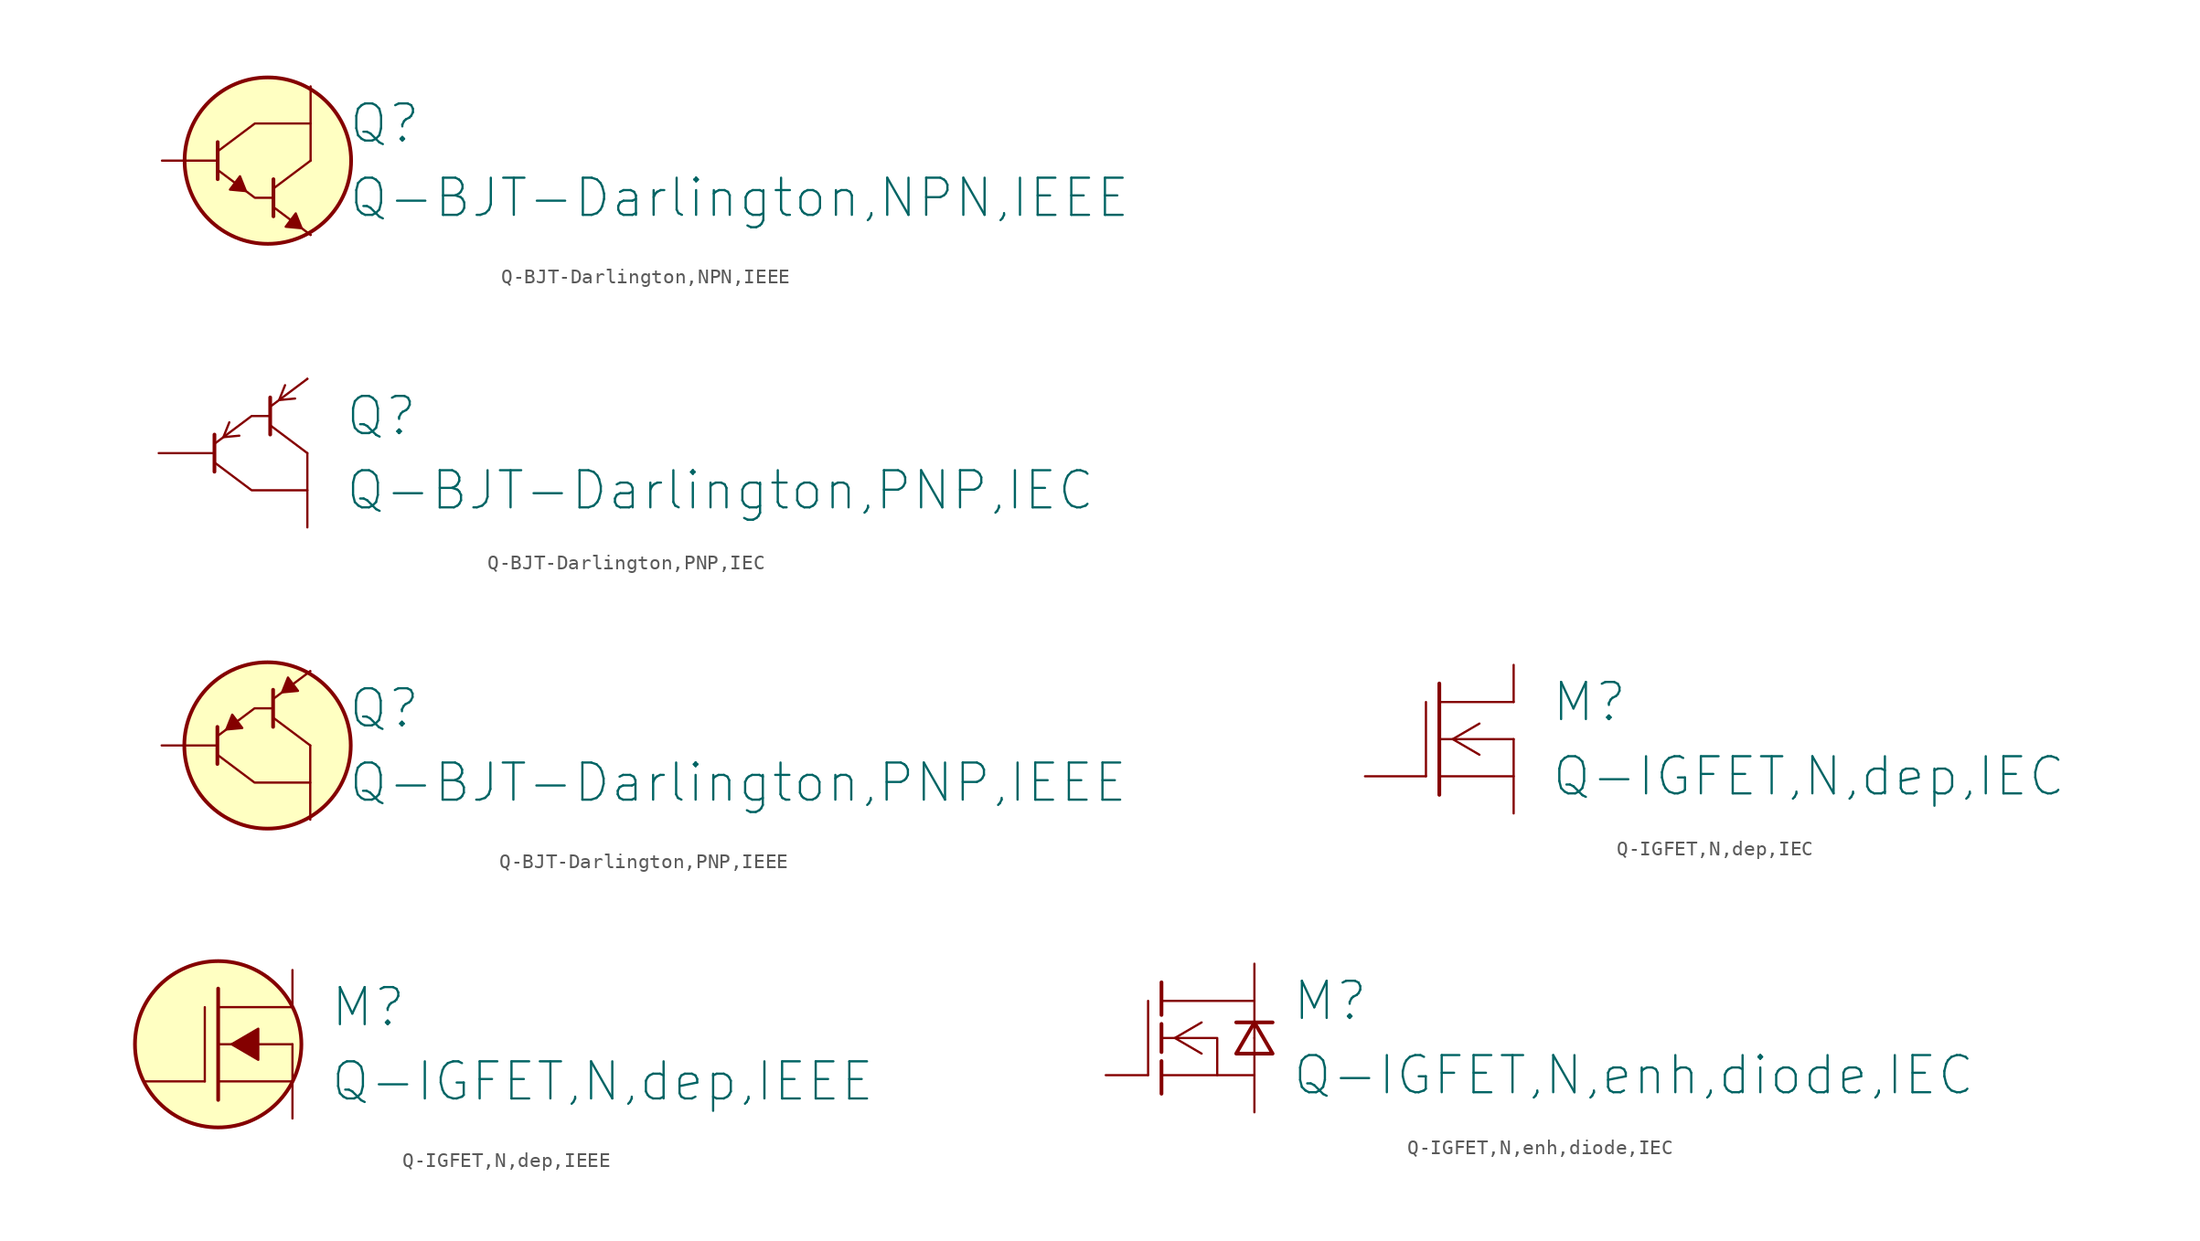
<source format=kicad_sym>
(kicad_symbol_lib
  (version 20211014)
  (generator kicad_symbol_editor)
  (symbol "Q-BJT-Darlington,NPN,IEEE"
    (pin_numbers hide)
    (pin_names
      (offset 0) hide)
    (property "Reference" "Q"
      (at 7.62 2.54 0)
      (effects (font (size 2.54 2.54)) (justify left)))
    (property "Value" "Q-BJT-Darlington,NPN,IEEE"
      (at 7.62 -2.54 0)
      (effects (font (size 2.54 2.54)) (justify left)))
    (symbol "Q-BJT-Darlington,NPN,IEEE_1_1"
      (polyline (pts (xy -1.27 1.27) (xy -1.27 -1.27)) (stroke (width 0.254) (type default) (color 0 0 0 0)) (fill (type none)))
      (polyline (pts (xy 2.54 -1.27) (xy 2.54 -3.81)) (stroke (width 0.254) (type default) (color 0 0 0 0)) (fill (type none)))
      (polyline (pts (xy 5.08 -5.08) (xy 2.54 -3.175)) (stroke (width 0) (type default) (color 0 0 0 0)) (fill (type none)))
      (polyline (pts (xy 5.08 0) (xy 2.54 -1.905)) (stroke (width 0) (type default) (color 0 0 0 0)) (fill (type none)))
      (polyline (pts (xy 2.54 -2.54) (xy 1.27 -2.54) (xy -1.27 -0.635)) (stroke (width 0) (type default) (color 0 0 0 0)) (fill (type none)))
      (polyline (pts (xy 5.08 2.54) (xy 1.27 2.54) (xy -1.27 0.635)) (stroke (width 0) (type default) (color 0 0 0 0)) (fill (type none)))
      (polyline (pts (xy 0.254 -1.067) (xy 0.66 -2.083) (xy -0.432 -1.981) (xy 0.254 -1.067)) (stroke (width 0) (type default) (color 0 0 0 0)) (fill (type outline)))
      (polyline (pts (xy 4.064 -3.607) (xy 4.47 -4.623) (xy 3.378 -4.521) (xy 4.064 -3.607)) (stroke (width 0) (type default) (color 0 0 0 0)) (fill (type outline)))
      (circle (center 2.159 0) (radius 5.69) (stroke (width 0.254) (type default) (color 0 0 0 0)) (fill (type background)))
      (pin passive line (at 5.08 5.08 270) (length 5.08) (name "C" (effects (font (size 1.27 1.27)))) (number "1" (effects (font (size 1.829 1.829)))))
      (pin passive line (at -5.08 0 0) (length 3.81) (name "B" (effects (font (size 1.27 1.27)))) (number "2" (effects (font (size 1.829 1.829)))))
      (pin passive line (at 5.08 -5.08 90) (length 0) (name "E" (effects (font (size 1.27 1.27)))) (number "3" (effects (font (size 1.829 1.829)))))))
  (symbol "Q-BJT-Darlington,PNP,IEC"
    (pin_numbers hide)
    (pin_names
      (offset 0) hide)
    (property "Reference" "Q"
      (at 7.62 2.54 0)
      (effects (font (size 2.54 2.54)) (justify left)))
    (property "Value" "Q-BJT-Darlington,PNP,IEC"
      (at 7.62 -2.54 0)
      (effects (font (size 2.54 2.54)) (justify left)))
    (symbol "Q-BJT-Darlington,PNP,IEC_1_1"
      (polyline (pts (xy -1.27 1.27) (xy -1.27 -1.27)) (stroke (width 0.254) (type default) (color 0 0 0 0)) (fill (type none)))
      (polyline (pts (xy 2.54 3.81) (xy 2.54 1.27)) (stroke (width 0.254) (type default) (color 0 0 0 0)) (fill (type none)))
      (polyline (pts (xy 5.08 0) (xy 2.54 1.905)) (stroke (width 0) (type default) (color 0 0 0 0)) (fill (type none)))
      (polyline (pts (xy 5.08 5.08) (xy 2.54 3.175)) (stroke (width 0) (type default) (color 0 0 0 0)) (fill (type none)))
      (polyline (pts (xy -0.254 2.108) (xy -0.66 1.092) (xy 0.432 1.194)) (stroke (width 0) (type default) (color 0 0 0 0)) (fill (type none)))
      (polyline (pts (xy 2.54 2.54) (xy 1.27 2.54) (xy -1.27 0.635)) (stroke (width 0) (type default) (color 0 0 0 0)) (fill (type none)))
      (polyline (pts (xy 3.556 4.648) (xy 3.15 3.632) (xy 4.242 3.734)) (stroke (width 0) (type default) (color 0 0 0 0)) (fill (type none)))
      (polyline (pts (xy 5.08 -2.54) (xy 1.27 -2.54) (xy -1.27 -0.635)) (stroke (width 0) (type default) (color 0 0 0 0)) (fill (type none)))
      (pin passive line (at 5.08 -5.08 90) (length 5.08) (name "C" (effects (font (size 1.27 1.27)))) (number "1" (effects (font (size 1.829 1.829)))))
      (pin passive line (at -5.08 0 0) (length 3.81) (name "B" (effects (font (size 1.27 1.27)))) (number "2" (effects (font (size 1.829 1.829)))))
      (pin passive line (at 5.08 5.08 270) (length 0) (name "E" (effects (font (size 1.27 1.27)))) (number "3" (effects (font (size 1.829 1.829)))))))
  (symbol "Q-BJT-Darlington,PNP,IEEE"
    (pin_numbers hide)
    (pin_names
      (offset 0) hide)
    (property "Reference" "Q"
      (at 7.62 2.54 0)
      (effects (font (size 2.54 2.54)) (justify left)))
    (property "Value" "Q-BJT-Darlington,PNP,IEEE"
      (at 7.62 -2.54 0)
      (effects (font (size 2.54 2.54)) (justify left)))
    (symbol "Q-BJT-Darlington,PNP,IEEE_1_1"
      (polyline (pts (xy -1.27 1.27) (xy -1.27 -1.27)) (stroke (width 0.254) (type default) (color 0 0 0 0)) (fill (type none)))
      (polyline (pts (xy 2.54 3.81) (xy 2.54 1.27)) (stroke (width 0.254) (type default) (color 0 0 0 0)) (fill (type none)))
      (polyline (pts (xy 5.08 0) (xy 2.54 1.905)) (stroke (width 0) (type default) (color 0 0 0 0)) (fill (type none)))
      (polyline (pts (xy 5.08 5.08) (xy 2.54 3.175)) (stroke (width 0) (type default) (color 0 0 0 0)) (fill (type none)))
      (polyline (pts (xy 2.54 2.54) (xy 1.27 2.54) (xy -1.27 0.635)) (stroke (width 0) (type default) (color 0 0 0 0)) (fill (type none)))
      (polyline (pts (xy 5.08 -2.54) (xy 1.27 -2.54) (xy -1.27 -0.635)) (stroke (width 0) (type default) (color 0 0 0 0)) (fill (type none)))
      (polyline (pts (xy -0.254 2.108) (xy -0.66 1.092) (xy 0.432 1.194) (xy -0.254 2.108)) (stroke (width 0) (type default) (color 0 0 0 0)) (fill (type outline)))
      (polyline (pts (xy 3.556 4.648) (xy 3.15 3.632) (xy 4.242 3.734) (xy 3.556 4.648)) (stroke (width 0) (type default) (color 0 0 0 0)) (fill (type outline)))
      (circle (center 2.159 0) (radius 5.69) (stroke (width 0.254) (type default) (color 0 0 0 0)) (fill (type background)))
      (pin passive line (at 5.08 -5.08 90) (length 5.08) (name "C" (effects (font (size 1.27 1.27)))) (number "1" (effects (font (size 1.829 1.829)))))
      (pin passive line (at -5.08 0 0) (length 3.81) (name "B" (effects (font (size 1.27 1.27)))) (number "2" (effects (font (size 1.829 1.829)))))
      (pin passive line (at 5.08 5.08 270) (length 0) (name "E" (effects (font (size 1.27 1.27)))) (number "3" (effects (font (size 1.829 1.829)))))))
  (symbol "Q-IGFET,N,dep,IEC"
    (pin_numbers hide)
    (pin_names
      (offset 0) hide)
    (property "Reference" "M"
      (at 7.62 2.54 0)
      (effects (font (size 2.54 2.54)) (justify left)))
    (property "Value" "Q-IGFET,N,dep,IEC"
      (at 7.62 -2.54 0)
      (effects (font (size 2.54 2.54)) (justify left)))
    (symbol "Q-IGFET,N,dep,IEC_1_1"
      (polyline (pts (xy -0.914 2.54) (xy -0.914 -2.54)) (stroke (width 0) (type default) (color 0 0 0 0)) (fill (type none)))
      (polyline (pts (xy 0 3.81) (xy 0 -3.81)) (stroke (width 0.254) (type default) (color 0 0 0 0)) (fill (type none)))
      (polyline (pts (xy 5.08 -2.54) (xy 0 -2.54)) (stroke (width 0) (type default) (color 0 0 0 0)) (fill (type none)))
      (polyline (pts (xy 5.08 0) (xy 0 0)) (stroke (width 0) (type default) (color 0 0 0 0)) (fill (type none)))
      (polyline (pts (xy 5.08 2.54) (xy 0 2.54)) (stroke (width 0) (type default) (color 0 0 0 0)) (fill (type none)))
      (polyline (pts (xy 2.743 1.067) (xy 0.914 0) (xy 2.743 -1.067)) (stroke (width 0) (type default) (color 0 0 0 0)) (fill (type none)))
      (pin passive line (at 5.08 5.08 270) (length 2.54) (name "D" (effects (font (size 1.27 1.27)))) (number "1" (effects (font (size 1.829 1.829)))))
      (pin passive line (at -5.08 -2.54 0) (length 4.166) (name "G" (effects (font (size 1.27 1.27)))) (number "2" (effects (font (size 1.829 1.829)))))
      (pin passive line (at 5.08 -5.08 90) (length 5.08) (name "S" (effects (font (size 1.27 1.27)))) (number "3" (effects (font (size 1.829 1.829)))))))
  (symbol "Q-IGFET,N,dep,IEEE"
    (pin_numbers hide)
    (pin_names
      (offset 0) hide)
    (property "Reference" "M"
      (at 7.62 2.54 0)
      (effects (font (size 2.54 2.54)) (justify left)))
    (property "Value" "Q-IGFET,N,dep,IEEE"
      (at 7.62 -2.54 0)
      (effects (font (size 2.54 2.54)) (justify left)))
    (symbol "Q-IGFET,N,dep,IEEE_1_1"
      (polyline (pts (xy -0.914 2.54) (xy -0.914 -2.54)) (stroke (width 0) (type default) (color 0 0 0 0)) (fill (type none)))
      (polyline (pts (xy 0 3.81) (xy 0 -3.81)) (stroke (width 0.254) (type default) (color 0 0 0 0)) (fill (type none)))
      (polyline (pts (xy 5.08 -2.54) (xy 0 -2.54)) (stroke (width 0) (type default) (color 0 0 0 0)) (fill (type none)))
      (polyline (pts (xy 5.08 0) (xy 0 0)) (stroke (width 0) (type default) (color 0 0 0 0)) (fill (type none)))
      (polyline (pts (xy 5.08 2.54) (xy 0 2.54)) (stroke (width 0) (type default) (color 0 0 0 0)) (fill (type none)))
      (polyline (pts (xy 2.743 1.067) (xy 0.914 0) (xy 2.743 -1.067) (xy 2.743 1.067)) (stroke (width 0) (type default) (color 0 0 0 0)) (fill (type outline)))
      (circle (center 0 0) (radius 5.69) (stroke (width 0.254) (type default) (color 0 0 0 0)) (fill (type background)))
      (pin passive line (at 5.08 5.08 270) (length 2.54) (name "D" (effects (font (size 1.27 1.27)))) (number "1" (effects (font (size 1.829 1.829)))))
      (pin passive line (at -5.08 -2.54 0) (length 4.166) (name "G" (effects (font (size 1.27 1.27)))) (number "2" (effects (font (size 1.829 1.829)))))
      (pin passive line (at 5.08 -5.08 90) (length 5.08) (name "S" (effects (font (size 1.27 1.27)))) (number "3" (effects (font (size 1.829 1.829)))))))
  (symbol "Q-IGFET,N,enh,diode,IEC"
    (pin_numbers hide)
    (pin_names
      (offset 0) hide)
    (property "Reference" "M"
      (at 7.62 2.54 0)
      (effects (font (size 2.54 2.54)) (justify left)))
    (property "Value" "Q-IGFET,N,enh,diode,IEC"
      (at 7.62 -2.54 0)
      (effects (font (size 2.54 2.54)) (justify left)))
    (symbol "Q-IGFET,N,enh,diode,IEC_1_1"
      (polyline (pts (xy -2.184 2.54) (xy -2.184 -2.54)) (stroke (width 0) (type default) (color 0 0 0 0)) (fill (type none)))
      (polyline (pts (xy -1.27 -1.575) (xy -1.27 -3.81)) (stroke (width 0.254) (type default) (color 0 0 0 0)) (fill (type none)))
      (polyline (pts (xy -1.27 0.965) (xy -1.27 -0.965)) (stroke (width 0.254) (type default) (color 0 0 0 0)) (fill (type none)))
      (polyline (pts (xy -1.27 3.81) (xy -1.27 1.575)) (stroke (width 0.254) (type default) (color 0 0 0 0)) (fill (type none)))
      (polyline (pts (xy 5.08 -2.54) (xy -1.27 -2.54)) (stroke (width 0) (type default) (color 0 0 0 0)) (fill (type none)))
      (polyline (pts (xy 5.08 2.54) (xy -1.27 2.54)) (stroke (width 0) (type default) (color 0 0 0 0)) (fill (type none)))
      (polyline (pts (xy 6.325 1.067) (xy 3.835 1.067)) (stroke (width 0.254) (type default) (color 0 0 0 0)) (fill (type none)))
      (polyline (pts (xy 1.473 1.067) (xy -0.356 0) (xy 1.473 -1.067)) (stroke (width 0) (type default) (color 0 0 0 0)) (fill (type none)))
      (polyline (pts (xy 2.54 -2.54) (xy 2.54 0) (xy -1.27 0)) (stroke (width 0) (type default) (color 0 0 0 0)) (fill (type none)))
      (polyline (pts (xy 3.835 -1.067) (xy 5.08 1.067) (xy 6.325 -1.067) (xy 3.835 -1.067)) (stroke (width 0.254) (type default) (color 0 0 0 0)) (fill (type none)))
      (pin passive line (at 5.08 5.08 270) (length 5.08) (name "D" (effects (font (size 1.27 1.27)))) (number "1" (effects (font (size 1.829 1.829)))))
      (pin passive line (at -5.08 -2.54 0) (length 2.896) (name "G" (effects (font (size 1.27 1.27)))) (number "2" (effects (font (size 1.829 1.829)))))
      (pin passive line (at 5.08 -5.08 90) (length 5.08) (name "S" (effects (font (size 1.27 1.27)))) (number "3" (effects (font (size 1.829 1.829))))))))
</source>
